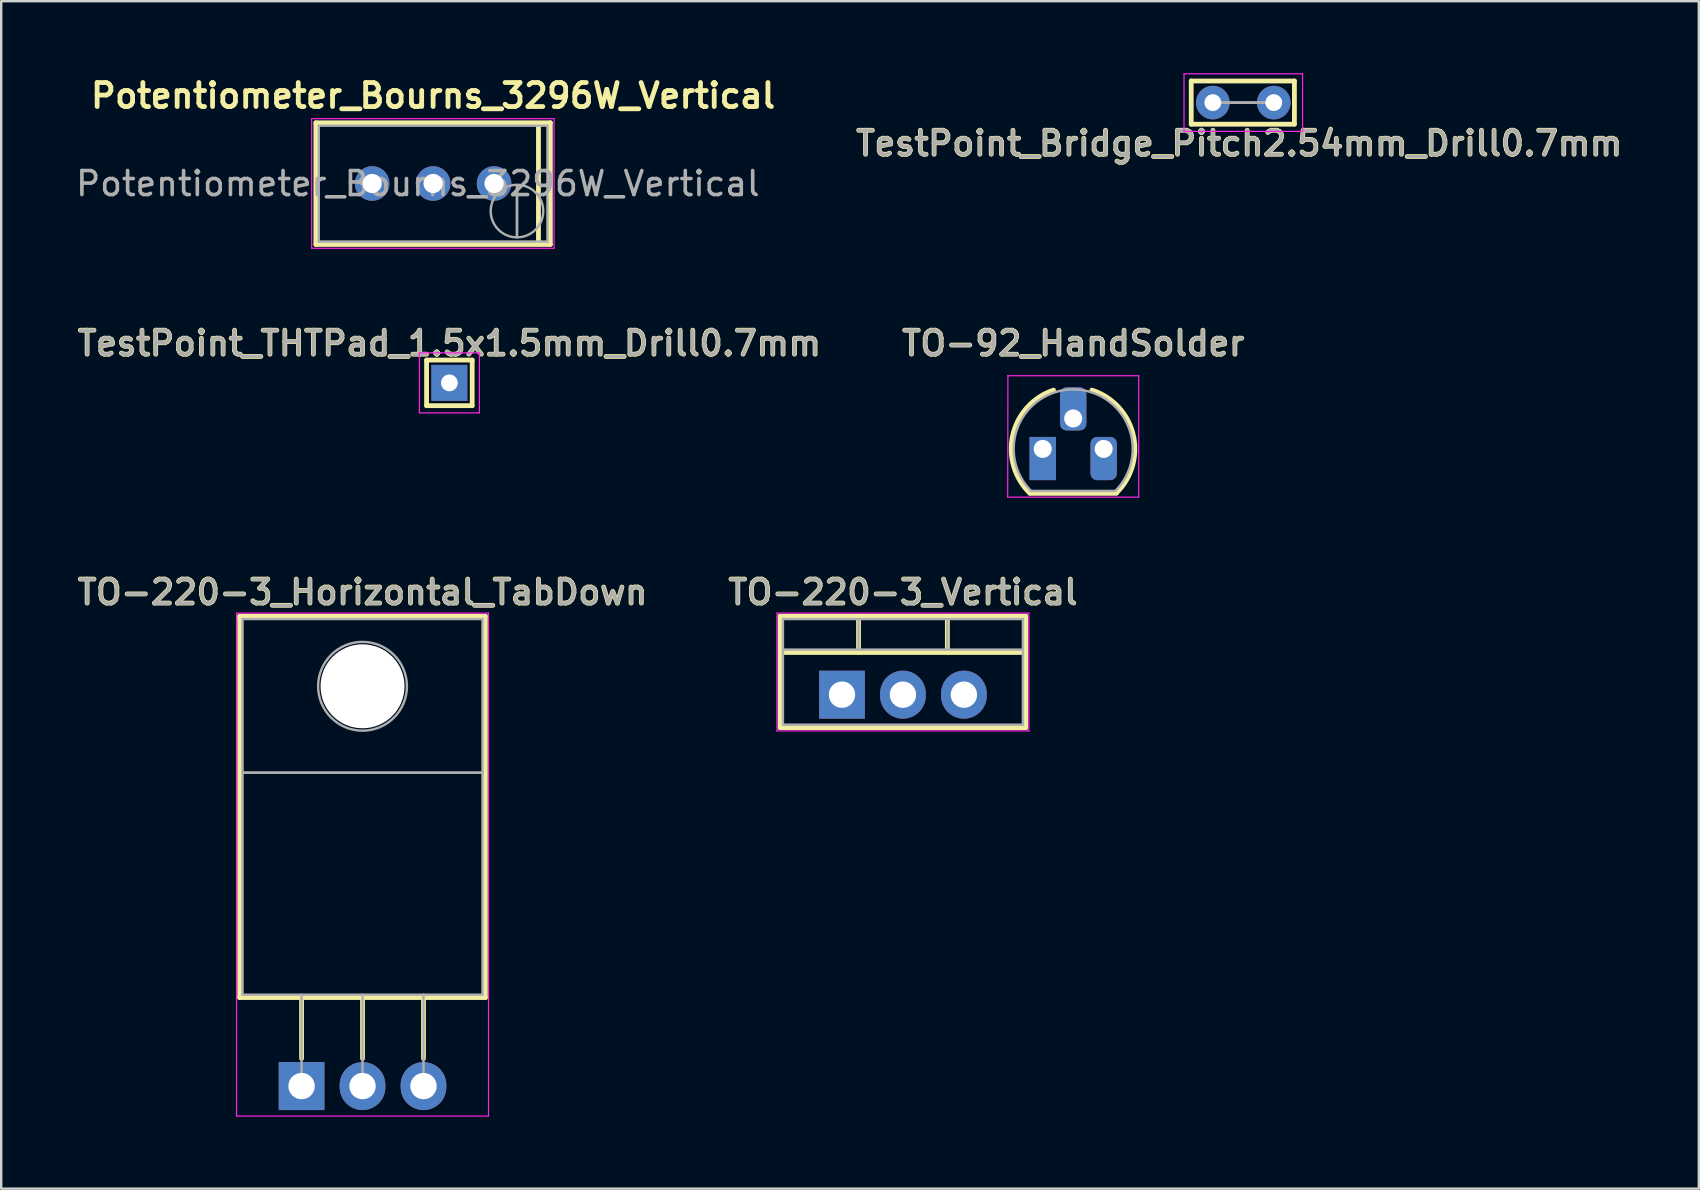
<source format=kicad_pcb>
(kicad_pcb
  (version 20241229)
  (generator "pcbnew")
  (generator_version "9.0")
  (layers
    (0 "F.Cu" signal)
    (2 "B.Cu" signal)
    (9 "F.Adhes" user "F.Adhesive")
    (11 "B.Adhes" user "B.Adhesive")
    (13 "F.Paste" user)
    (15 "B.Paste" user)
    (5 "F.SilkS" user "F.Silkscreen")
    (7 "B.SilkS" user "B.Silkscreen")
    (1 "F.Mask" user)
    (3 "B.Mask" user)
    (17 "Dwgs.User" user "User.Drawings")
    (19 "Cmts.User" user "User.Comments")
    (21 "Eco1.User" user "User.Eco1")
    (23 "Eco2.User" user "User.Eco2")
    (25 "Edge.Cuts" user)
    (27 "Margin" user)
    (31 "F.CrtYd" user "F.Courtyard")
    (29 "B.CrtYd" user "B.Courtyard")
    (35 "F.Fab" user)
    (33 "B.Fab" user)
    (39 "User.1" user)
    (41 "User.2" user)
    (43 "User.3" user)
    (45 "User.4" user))
  (footprint "TO-220-3_Vertical"
    (layer "F.Cu")
    (at 32.036 25.898)
    (property "Reference" "TO-220-3_Vertical" (at 2.54 -4.27 0) (layer "F.SilkS") (effects (font (size 1 1) (thickness 0.2))))
    (attr through_hole)
    (fp_line (start -2.58 -3.27) (end -2.58 1.371) (stroke (width 0.2) (type solid)) (layer "F.SilkS"))
    (fp_line (start -2.58 -3.27) (end 7.66 -3.27) (stroke (width 0.2) (type solid)) (layer "F.SilkS"))
    (fp_line (start -2.58 -1.76) (end 7.66 -1.76) (stroke (width 0.2) (type solid)) (layer "F.SilkS"))
    (fp_line (start -2.58 1.371) (end 7.66 1.371) (stroke (width 0.2) (type solid)) (layer "F.SilkS"))
    (fp_line (start 0.69 -3.27) (end 0.69 -1.76) (stroke (width 0.2) (type solid)) (layer "F.SilkS"))
    (fp_line (start 4.391 -3.27) (end 4.391 -1.76) (stroke (width 0.2) (type solid)) (layer "F.SilkS"))
    (fp_line (start 7.66 -3.27) (end 7.66 1.371) (stroke (width 0.2) (type solid)) (layer "F.SilkS"))
    (fp_line (start -2.71 -3.4) (end -2.71 1.51) (stroke (width 0.05) (type solid)) (layer "F.CrtYd"))
    (fp_line (start -2.71 1.51) (end 7.79 1.51) (stroke (width 0.05) (type solid)) (layer "F.CrtYd"))
    (fp_line (start 7.79 -3.4) (end -2.71 -3.4) (stroke (width 0.05) (type solid)) (layer "F.CrtYd"))
    (fp_line (start 7.79 1.51) (end 7.79 -3.4) (stroke (width 0.05) (type solid)) (layer "F.CrtYd"))
    (fp_line (start -2.46 -3.15) (end -2.46 1.25) (stroke (width 0.1) (type solid)) (layer "F.Fab"))
    (fp_line (start -2.46 -1.88) (end 7.54 -1.88) (stroke (width 0.1) (type solid)) (layer "F.Fab"))
    (fp_line (start -2.46 1.25) (end 7.54 1.25) (stroke (width 0.1) (type solid)) (layer "F.Fab"))
    (fp_line (start 0.69 -3.15) (end 0.69 -1.88) (stroke (width 0.1) (type solid)) (layer "F.Fab"))
    (fp_line (start 4.39 -3.15) (end 4.39 -1.88) (stroke (width 0.1) (type solid)) (layer "F.Fab"))
    (fp_line (start 7.54 -3.15) (end -2.46 -3.15) (stroke (width 0.1) (type solid)) (layer "F.Fab"))
    (fp_line (start 7.54 1.25) (end 7.54 -3.15) (stroke (width 0.1) (type solid)) (layer "F.Fab"))
    (fp_text user "${REFERENCE}" (at 2.54 -4.27 0) (layer "F.Fab") (effects (font (size 1 1) (thickness 0.15))))
    (pad "1" thru_hole rect (at 0 0) (size 1.905 2) (drill 1.1) (layers "*.Cu" "*.Mask"))
    (pad "2" thru_hole oval (at 2.54 0) (size 1.905 2) (drill 1.1) (layers "*.Cu" "*.Mask"))
    (pad "3" thru_hole oval (at 5.08 0) (size 1.905 2) (drill 1.1) (layers "*.Cu" "*.Mask")))
  (footprint "TO-220-3_Horizontal_TabDown"
    (layer "F.Cu")
    (at 9.517 42.208)
    (property "Reference" "TO-220-3_Horizontal_TabDown" (at 2.54 -20.58 0) (layer "F.SilkS") (effects (font (size 1 1) (thickness 0.2))))
    (attr through_hole)
    (fp_line (start -2.58 -19.58) (end -2.58 -3.69) (stroke (width 0.2) (type solid)) (layer "F.SilkS"))
    (fp_line (start -2.58 -19.58) (end 7.66 -19.58) (stroke (width 0.2) (type solid)) (layer "F.SilkS"))
    (fp_line (start -2.58 -3.69) (end 7.66 -3.69) (stroke (width 0.2) (type solid)) (layer "F.SilkS"))
    (fp_line (start 0 -3.69) (end 0 -1.15) (stroke (width 0.2) (type solid)) (layer "F.SilkS"))
    (fp_line (start 2.54 -3.69) (end 2.54 -1.15) (stroke (width 0.2) (type solid)) (layer "F.SilkS"))
    (fp_line (start 5.08 -3.69) (end 5.08 -1.15) (stroke (width 0.2) (type solid)) (layer "F.SilkS"))
    (fp_line (start 7.66 -19.58) (end 7.66 -3.69) (stroke (width 0.2) (type solid)) (layer "F.SilkS"))
    (fp_line (start -2.71 -19.71) (end -2.71 1.25) (stroke (width 0.05) (type solid)) (layer "F.CrtYd"))
    (fp_line (start -2.71 1.25) (end 7.79 1.25) (stroke (width 0.05) (type solid)) (layer "F.CrtYd"))
    (fp_line (start 7.79 -19.71) (end -2.71 -19.71) (stroke (width 0.05) (type solid)) (layer "F.CrtYd"))
    (fp_line (start 7.79 1.25) (end 7.79 -19.71) (stroke (width 0.05) (type solid)) (layer "F.CrtYd"))
    (fp_line (start -2.46 -19.46) (end 7.54 -19.46) (stroke (width 0.1) (type solid)) (layer "F.Fab"))
    (fp_line (start -2.46 -13.06) (end -2.46 -19.46) (stroke (width 0.1) (type solid)) (layer "F.Fab"))
    (fp_line (start -2.46 -13.06) (end 7.54 -13.06) (stroke (width 0.1) (type solid)) (layer "F.Fab"))
    (fp_line (start -2.46 -3.81) (end -2.46 -13.06) (stroke (width 0.1) (type solid)) (layer "F.Fab"))
    (fp_line (start 0 -3.81) (end 0 0) (stroke (width 0.1) (type solid)) (layer "F.Fab"))
    (fp_line (start 2.54 -3.81) (end 2.54 0) (stroke (width 0.1) (type solid)) (layer "F.Fab"))
    (fp_line (start 5.08 -3.81) (end 5.08 0) (stroke (width 0.1) (type solid)) (layer "F.Fab"))
    (fp_line (start 7.54 -19.46) (end 7.54 -13.06) (stroke (width 0.1) (type solid)) (layer "F.Fab"))
    (fp_line (start 7.54 -13.06) (end -2.46 -13.06) (stroke (width 0.1) (type solid)) (layer "F.Fab"))
    (fp_line (start 7.54 -13.06) (end 7.54 -3.81) (stroke (width 0.1) (type solid)) (layer "F.Fab"))
    (fp_line (start 7.54 -3.81) (end -2.46 -3.81) (stroke (width 0.1) (type solid)) (layer "F.Fab"))
    (fp_circle (center 2.54 -16.66) (end 4.39 -16.66) (stroke (width 0.1) (type solid)) (fill no) (layer "F.Fab"))
    (fp_text user "${REFERENCE}" (at 2.54 -20.58 0) (layer "F.Fab") (effects (font (size 1 1) (thickness 0.15))))
    (pad "" np_thru_hole oval (at 2.54 -16.66) (size 3.5 3.5) (drill 3.5) (layers "*.Cu" "*.Mask"))
    (pad "1" thru_hole rect (at 0 0) (size 1.905 2) (drill 1.1) (layers "*.Cu" "*.Mask"))
    (pad "2" thru_hole oval (at 2.54 0) (size 1.905 2) (drill 1.1) (layers "*.Cu" "*.Mask"))
    (pad "3" thru_hole oval (at 5.08 0) (size 1.905 2) (drill 1.1) (layers "*.Cu" "*.Mask")))
  (footprint "TestPoint_Bridge_Pitch2.54mm_Drill0.7mm"
    (layer "F.Cu")
    (at 47.489 1.225)
    (property "Reference" "TestPoint_Bridge_Pitch2.54mm_Drill0.7mm" (at 1.1 1.7 0) (layer "F.SilkS") (effects (font (size 1 1) (thickness 0.2))))
    (attr through_hole)
    (fp_line (start -0.9 -0.9) (end -0.9 0.9) (stroke (width 0.2) (type solid)) (layer "F.SilkS"))
    (fp_line (start -0.9 -0.9) (end 3.4 -0.9) (stroke (width 0.2) (type solid)) (layer "F.SilkS"))
    (fp_line (start 3.4 0.9) (end -0.9 0.9) (stroke (width 0.2) (type solid)) (layer "F.SilkS"))
    (fp_line (start 3.4 0.9) (end 3.4 -0.9) (stroke (width 0.2) (type solid)) (layer "F.SilkS"))
    (fp_line (start -1.2 -1.2) (end -1.2 1.2) (stroke (width 0.05) (type solid)) (layer "F.CrtYd"))
    (fp_line (start -1.2 -1.2) (end 3.74 -1.2) (stroke (width 0.05) (type solid)) (layer "F.CrtYd"))
    (fp_line (start 3.74 1.2) (end -1.2 1.2) (stroke (width 0.05) (type solid)) (layer "F.CrtYd"))
    (fp_line (start 3.74 1.2) (end 3.74 -1.2) (stroke (width 0.05) (type solid)) (layer "F.CrtYd"))
    (fp_line (start 2.54 0) (end 0 0) (stroke (width 0.12) (type solid)) (layer "F.Fab"))
    (fp_text user "${REFERENCE}" (at 1.1 1.7 0) (layer "F.Fab") (effects (font (size 1 1) (thickness 0.15))))
    (pad "1" thru_hole circle (at 0 0) (size 1.4 1.4) (drill 0.7) (layers "*.Cu" "*.Mask"))
    (pad "1" thru_hole circle (at 2.54 0) (size 1.4 1.4) (drill 0.7) (layers "*.Cu" "*.Mask")))
  (footprint "TO-92_HandSolder"
    (layer "F.Cu")
    (at 40.401 15.657)
    (property "Reference" "TO-92_HandSolder" (at 1.27 -4.4 0) (layer "F.SilkS") (effects (font (size 1 1) (thickness 0.2))))
    (attr through_hole)
    (fp_line (start -0.53 1.85) (end 3.07 1.85) (stroke (width 0.2) (type solid)) (layer "F.SilkS"))
    (fp_arc (start -0.540694 1.842902) (mid -1.247417 -0.580957) (end 0.45 -2.45) (stroke (width 0.2) (type solid)) (layer "F.SilkS"))
    (fp_arc (start 2.05 -2.45) (mid 3.769703 -0.601982) (end 3.079828 1.826314) (stroke (width 0.2) (type solid)) (layer "F.SilkS"))
    (fp_line (start -1.46 -3.05) (end 4 -3.05) (stroke (width 0.05) (type solid)) (layer "F.CrtYd"))
    (fp_line (start -1.45 -3.05) (end -1.46 2.01) (stroke (width 0.05) (type solid)) (layer "F.CrtYd"))
    (fp_line (start 4 2.01) (end -1.46 2.01) (stroke (width 0.05) (type solid)) (layer "F.CrtYd"))
    (fp_line (start 4 2.01) (end 4 -3.05) (stroke (width 0.05) (type solid)) (layer "F.CrtYd"))
    (fp_line (start -0.5 1.75) (end 3 1.75) (stroke (width 0.1) (type solid)) (layer "F.Fab"))
    (fp_arc (start -0.483625 1.753625) (mid -1.021221 -0.949055) (end 1.27 -2.48) (stroke (width 0.1) (type solid)) (layer "F.Fab"))
    (fp_arc (start 1.27 -2.48) (mid 3.561221 -0.949055) (end 3.023625 1.753625) (stroke (width 0.1) (type solid)) (layer "F.Fab"))
    (fp_text user "${REFERENCE}" (at 1.27 -4.4 0) (layer "F.Fab") (effects (font (size 1 1) (thickness 0.15))))
    (pad "1" thru_hole rect (at 0 0) (size 1.1 1.8) (drill 0.75 (offset 0 0.4)) (layers "*.Cu" "*.Mask"))
    (pad "2" thru_hole roundrect (at 1.27 -1.27) (size 1.1 1.8) (drill 0.75 (offset 0 -0.4)) (layers "*.Cu" "*.Mask") (roundrect_rratio 0.25))
    (pad "3" thru_hole roundrect (at 2.54 0) (size 1.1 1.8) (drill 0.75 (offset 0 0.4)) (layers "*.Cu" "*.Mask") (roundrect_rratio 0.25)))
  (footprint "TestPoint_THTPad_1.5x1.5mm_Drill0.7mm"
    (layer "F.Cu")
    (at 15.676 12.905)
    (property "Reference" "TestPoint_THTPad_1.5x1.5mm_Drill0.7mm" (at 0 -1.648 0) (layer "F.SilkS") (effects (font (size 1 1) (thickness 0.2))))
    (attr exclude_from_pos_files exclude_from_bom)
    (fp_line (start -0.95 -0.95) (end 0.95 -0.95) (stroke (width 0.2) (type solid)) (layer "F.SilkS"))
    (fp_line (start -0.95 0.95) (end -0.95 -0.95) (stroke (width 0.2) (type solid)) (layer "F.SilkS"))
    (fp_line (start 0.95 -0.95) (end 0.95 0.95) (stroke (width 0.2) (type solid)) (layer "F.SilkS"))
    (fp_line (start 0.95 0.95) (end -0.95 0.95) (stroke (width 0.2) (type solid)) (layer "F.SilkS"))
    (fp_line (start -1.25 -1.25) (end -1.25 1.25) (stroke (width 0.05) (type solid)) (layer "F.CrtYd"))
    (fp_line (start -1.25 -1.25) (end 1.25 -1.25) (stroke (width 0.05) (type solid)) (layer "F.CrtYd"))
    (fp_line (start 1.25 1.25) (end -1.25 1.25) (stroke (width 0.05) (type solid)) (layer "F.CrtYd"))
    (fp_line (start 1.25 1.25) (end 1.25 -1.25) (stroke (width 0.05) (type solid)) (layer "F.CrtYd"))
    (fp_text user "${REFERENCE}" (at 0 -1.65 0) (layer "F.Fab") (effects (font (size 1 1) (thickness 0.15))))
    (pad "1" thru_hole rect (at 0 0) (size 1.5 1.5) (drill 0.7) (layers "*.Cu" "*.Mask")))
  (footprint "Potentiometer_Bourns_3296W_Vertical"
    (layer "F.Cu")
    (at 17.538 4.596)
    (property "Reference" "Potentiometer_Bourns_3296W_Vertical" (at -2.54 -3.66 0) (layer "F.SilkS") (effects (font (size 1 1) (thickness 0.2))))
    (attr through_hole)
    (fp_line (start -7.425 -2.53) (end -7.425 2.54) (stroke (width 0.2) (type solid)) (layer "F.SilkS"))
    (fp_line (start -7.425 -2.53) (end 2.345 -2.53) (stroke (width 0.2) (type solid)) (layer "F.SilkS"))
    (fp_line (start -7.425 2.54) (end 2.345 2.54) (stroke (width 0.2) (type solid)) (layer "F.SilkS"))
    (fp_line (start 1.85 2.5) (end 1.85 -2.5) (stroke (width 0.2) (type solid)) (layer "F.SilkS"))
    (fp_line (start 2.345 -2.53) (end 2.345 2.54) (stroke (width 0.2) (type solid)) (layer "F.SilkS"))
    (fp_line (start -7.6 -2.7) (end -7.6 2.7) (stroke (width 0.05) (type solid)) (layer "F.CrtYd"))
    (fp_line (start -7.6 2.7) (end 2.5 2.7) (stroke (width 0.05) (type solid)) (layer "F.CrtYd"))
    (fp_line (start 2.5 -2.7) (end -7.6 -2.7) (stroke (width 0.05) (type solid)) (layer "F.CrtYd"))
    (fp_line (start 2.5 2.7) (end 2.5 -2.7) (stroke (width 0.05) (type solid)) (layer "F.CrtYd"))
    (fp_line (start -7.305 -2.41) (end -7.305 2.42) (stroke (width 0.1) (type solid)) (layer "F.Fab"))
    (fp_line (start -7.305 2.42) (end 2.225 2.42) (stroke (width 0.1) (type solid)) (layer "F.Fab"))
    (fp_line (start 0.955 2.235) (end 0.956 0.066) (stroke (width 0.1) (type solid)) (layer "F.Fab"))
    (fp_line (start 0.955 2.235) (end 0.956 0.066) (stroke (width 0.1) (type solid)) (layer "F.Fab"))
    (fp_line (start 2.225 -2.41) (end -7.305 -2.41) (stroke (width 0.1) (type solid)) (layer "F.Fab"))
    (fp_line (start 2.225 2.42) (end 2.225 -2.41) (stroke (width 0.1) (type solid)) (layer "F.Fab"))
    (fp_circle (center 0.955 1.15) (end 2.05 1.15) (stroke (width 0.1) (type solid)) (fill no) (layer "F.Fab"))
    (fp_text user "${REFERENCE}" (at -3.175 0.005 0) (layer "F.Fab") (effects (font (size 1 1) (thickness 0.15))))
    (pad "1" thru_hole circle (at 0 0) (size 1.44 1.44) (drill 0.8) (layers "*.Cu" "*.Mask"))
    (pad "2" thru_hole circle (at -2.54 0) (size 1.44 1.44) (drill 0.8) (layers "*.Cu" "*.Mask"))
    (pad "3" thru_hole circle (at -5.08 0) (size 1.44 1.44) (drill 0.8) (layers "*.Cu" "*.Mask")))
  (gr_rect
    (start -3 -3)
    (end 67.741 46.483)
    (stroke (width 0.1) (type default))
    (fill no)
    (layer "Edge.Cuts")))
</source>
